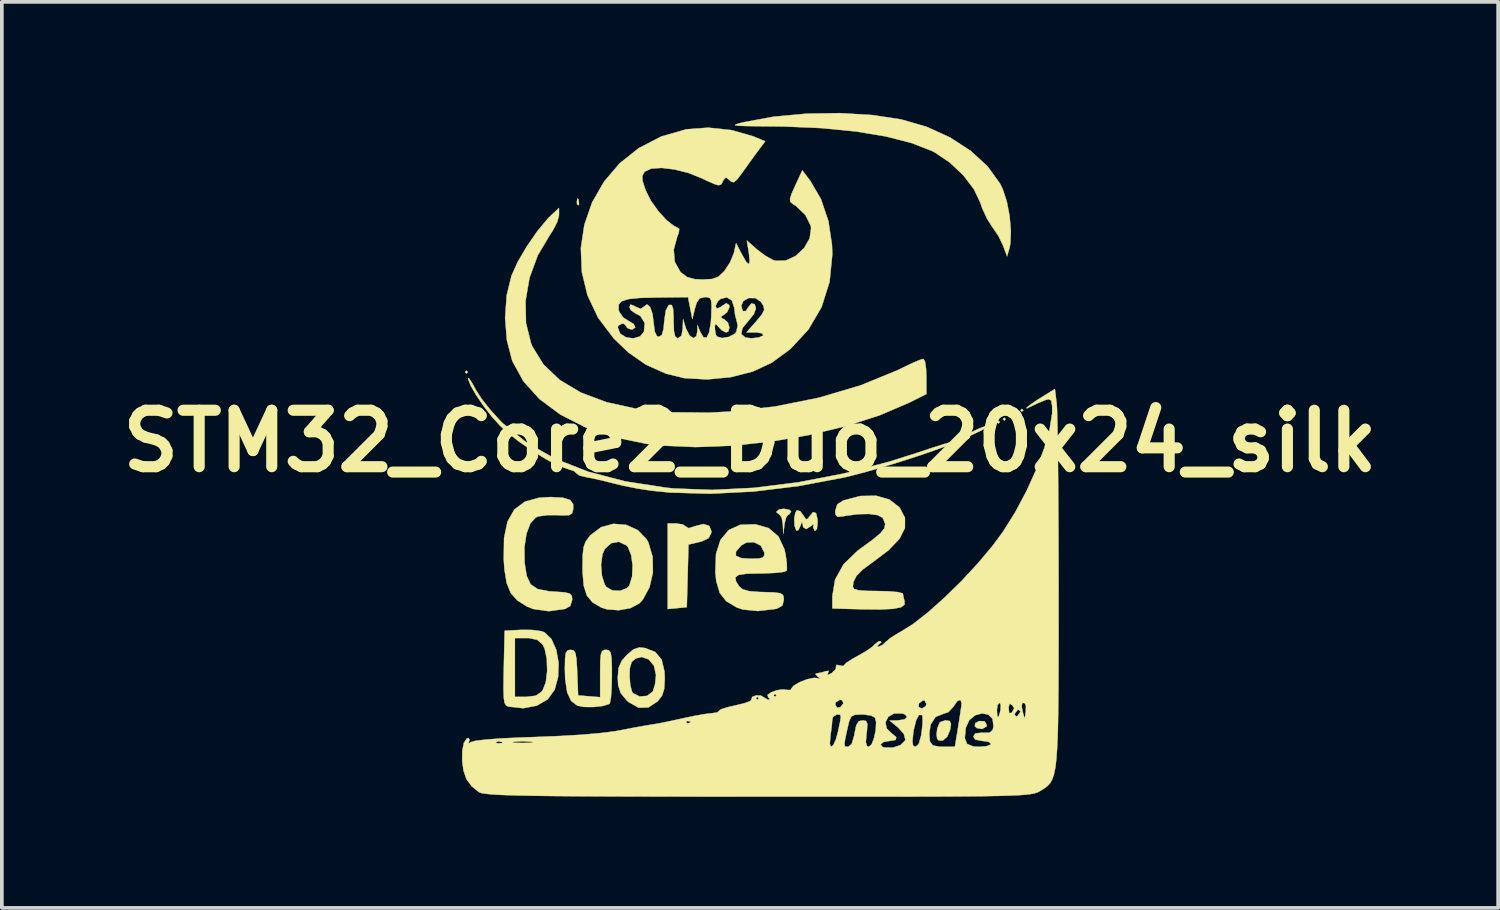
<source format=kicad_pcb>
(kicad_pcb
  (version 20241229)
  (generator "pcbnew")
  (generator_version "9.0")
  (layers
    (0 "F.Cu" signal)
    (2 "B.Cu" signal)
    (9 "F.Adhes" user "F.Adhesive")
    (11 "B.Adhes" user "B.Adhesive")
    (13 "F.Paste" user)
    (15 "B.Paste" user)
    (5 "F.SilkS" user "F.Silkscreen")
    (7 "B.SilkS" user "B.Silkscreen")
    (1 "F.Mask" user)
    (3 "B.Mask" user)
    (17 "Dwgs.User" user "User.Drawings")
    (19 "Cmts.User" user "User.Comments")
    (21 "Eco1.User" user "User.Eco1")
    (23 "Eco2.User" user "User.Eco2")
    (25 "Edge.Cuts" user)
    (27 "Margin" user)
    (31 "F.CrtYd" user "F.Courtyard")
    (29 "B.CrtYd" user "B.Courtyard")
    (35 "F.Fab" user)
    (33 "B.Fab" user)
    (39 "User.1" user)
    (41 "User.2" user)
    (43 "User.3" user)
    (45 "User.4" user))
  (footprint "STM32_Core2_Duo_20x24_silk"
    (layer "F.Cu")
    (at 17.207 8.865)
    (property "Reference" "STM32_Core2_Duo_20x24_silk" (at 0 0 0) (layer "F.SilkS") (effects (font (size 1.524 1.524) (thickness 0.3))))
    (attr through_hole)
    (fp_poly (pts (xy -7.62 -1.865) (xy -7.66 -1.826) (xy -7.699 -1.865) (xy -7.66 -1.905) (xy -7.62 -1.865)) (stroke (width 0.01) (type solid)) (fill yes) (layer "F.SilkS"))
    (fp_poly (pts (xy 6.747 -0.516) (xy 6.707 -0.476) (xy 6.668 -0.516) (xy 6.707 -0.556) (xy 6.747 -0.516)) (stroke (width 0.01) (type solid)) (fill yes) (layer "F.SilkS"))
    (fp_poly (pts (xy 6.906 -0.595) (xy 6.866 -0.556) (xy 6.826 -0.595) (xy 6.866 -0.635) (xy 6.906 -0.595)) (stroke (width 0.01) (type solid)) (fill yes) (layer "F.SilkS"))
    (fp_poly (pts (xy 7.064 -0.675) (xy 7.025 -0.635) (xy 6.985 -0.675) (xy 7.025 -0.714) (xy 7.064 -0.675)) (stroke (width 0.01) (type solid)) (fill yes) (layer "F.SilkS"))
    (fp_poly (pts (xy 7.223 -0.754) (xy 7.183 -0.714) (xy 7.144 -0.754) (xy 7.183 -0.794) (xy 7.223 -0.754)) (stroke (width 0.01) (type solid)) (fill yes) (layer "F.SilkS"))
    (fp_poly (pts (xy 7.382 -0.833) (xy 7.342 -0.794) (xy 7.303 -0.833) (xy 7.342 -0.873) (xy 7.382 -0.833)) (stroke (width 0.01) (type solid)) (fill yes) (layer "F.SilkS"))
    (fp_poly (pts (xy -4.629 -6.524) (xy -4.619 -6.4) (xy -4.635 -6.371) (xy -4.671 -6.395) (xy -4.677 -6.476) (xy -4.657 -6.56) (xy -4.629 -6.524)) (stroke (width 0.01) (type solid)) (fill yes) (layer "F.SilkS"))
    (fp_poly (pts (xy 6.319 7.565) (xy 6.347 7.579) (xy 6.397 7.674) (xy 6.386 7.705) (xy 6.268 7.774) (xy 6.123 7.748) (xy 6.072 7.699) (xy 6.084 7.614) (xy 6.189 7.56) (xy 6.319 7.565)) (stroke (width 0.01) (type solid)) (fill yes) (layer "F.SilkS"))
    (fp_poly (pts (xy 5.396 7.559) (xy 5.428 7.644) (xy 5.404 7.798) (xy 5.328 7.979) (xy 5.211 8.084) (xy 5.096 8.083) (xy 5.055 8.041) (xy 5.039 7.922) (xy 5.057 7.758) (xy 5.128 7.59) (xy 5.275 7.541) (xy 5.278 7.541) (xy 5.396 7.559)) (stroke (width 0.01) (type solid)) (fill yes) (layer "F.SilkS"))
    (fp_poly (pts (xy 6.474 -0.428) (xy 6.394 -0.37) (xy 6.231 -0.282) (xy 5.999 -0.172) (xy 5.82 -0.1) (xy 5.755 -0.084) (xy 5.765 -0.117) (xy 5.887 -0.196) (xy 5.953 -0.232) (xy 6.191 -0.343) (xy 6.407 -0.424) (xy 6.429 -0.43) (xy 6.474 -0.428)) (stroke (width 0.01) (type solid)) (fill yes) (layer "F.SilkS"))
    (fp_poly (pts (xy 1.062 1.853) (xy 1.111 1.905) (xy 1.055 1.982) (xy 1.037 1.984) (xy 0.978 2.054) (xy 0.933 2.223) (xy 0.931 2.242) (xy 0.899 2.5) (xy 0.886 2.242) (xy 0.856 2.067) (xy 0.8 1.985) (xy 0.794 1.984) (xy 0.717 1.924) (xy 0.714 1.905) (xy 0.782 1.845) (xy 0.913 1.826) (xy 1.062 1.853)) (stroke (width 0.01) (type solid)) (fill yes) (layer "F.SilkS"))
    (fp_poly (pts (xy -1.816 2.249) (xy -1.731 2.308) (xy -1.655 2.35) (xy -1.491 2.298) (xy -1.259 2.238) (xy -1.101 2.287) (xy -1.043 2.434) (xy -1.046 2.477) (xy -1.116 2.617) (xy -1.299 2.706) (xy -1.367 2.723) (xy -1.662 2.793) (xy -1.684 3.639) (xy -1.707 4.485) (xy -1.965 4.51) (xy -2.223 4.534) (xy -2.223 2.223) (xy -1.991 2.223) (xy -1.816 2.249)) (stroke (width 0.01) (type solid)) (fill yes) (layer "F.SilkS"))
    (fp_poly (pts (xy 1.355 1.892) (xy 1.434 1.995) (xy 1.51 2.111) (xy 1.567 2.092) (xy 1.601 2.037) (xy 1.704 1.916) (xy 1.783 1.944) (xy 1.823 2.112) (xy 1.826 2.187) (xy 1.807 2.37) (xy 1.755 2.425) (xy 1.745 2.42) (xy 1.702 2.319) (xy 1.717 2.277) (xy 1.726 2.231) (xy 1.663 2.282) (xy 1.517 2.375) (xy 1.436 2.324) (xy 1.421 2.242) (xy 1.403 2.181) (xy 1.365 2.274) (xy 1.361 2.288) (xy 1.302 2.407) (xy 1.25 2.414) (xy 1.202 2.287) (xy 1.194 2.099) (xy 1.224 1.931) (xy 1.266 1.868) (xy 1.355 1.892)) (stroke (width 0.01) (type solid)) (fill yes) (layer "F.SilkS"))
    (fp_poly (pts (xy -3.814 5.648) (xy -3.767 5.704) (xy -3.742 5.835) (xy -3.732 6.07) (xy -3.731 6.345) (xy -3.738 6.665) (xy -3.756 6.92) (xy -3.784 7.072) (xy -3.798 7.096) (xy -3.973 7.152) (xy -4.229 7.181) (xy -4.487 7.179) (xy -4.664 7.144) (xy -4.832 7.015) (xy -4.939 6.783) (xy -4.992 6.429) (xy -5.001 6.146) (xy -4.995 5.869) (xy -4.973 5.714) (xy -4.922 5.648) (xy -4.845 5.636) (xy -4.766 5.652) (xy -4.717 5.721) (xy -4.688 5.876) (xy -4.671 6.149) (xy -4.667 6.251) (xy -4.643 6.866) (xy -4.346 6.891) (xy -4.048 6.915) (xy -4.048 6.275) (xy -4.045 5.958) (xy -4.03 5.767) (xy -3.995 5.671) (xy -3.933 5.638) (xy -3.889 5.636) (xy -3.814 5.648)) (stroke (width 0.01) (type solid)) (fill yes) (layer "F.SilkS"))
    (fp_poly (pts (xy -5.892 5.098) (xy -5.653 5.129) (xy -5.552 5.162) (xy -5.362 5.346) (xy -5.233 5.636) (xy -5.17 5.991) (xy -5.183 6.366) (xy -5.276 6.713) (xy -5.465 6.973) (xy -5.759 7.144) (xy -6.124 7.213) (xy -6.527 7.169) (xy -6.531 7.168) (xy -6.589 7.139) (xy -6.628 7.07) (xy -6.65 6.936) (xy -6.658 6.709) (xy -6.655 6.363) (xy -6.65 6.125) (xy -6.632 5.318) (xy -6.35 5.318) (xy -6.35 6.906) (xy -6.037 6.906) (xy -5.787 6.875) (xy -5.629 6.766) (xy -5.6 6.729) (xy -5.516 6.511) (xy -5.479 6.207) (xy -5.489 5.883) (xy -5.546 5.607) (xy -5.6 5.495) (xy -5.746 5.366) (xy -5.971 5.319) (xy -6.037 5.318) (xy -6.35 5.318) (xy -6.632 5.318) (xy -6.628 5.12) (xy -6.173 5.096) (xy -5.892 5.098)) (stroke (width 0.01) (type solid)) (fill yes) (layer "F.SilkS"))
    (fp_poly (pts (xy -2.834 5.587) (xy -2.559 5.694) (xy -2.388 5.9) (xy -2.31 6.22) (xy -2.302 6.402) (xy -2.317 6.685) (xy -2.375 6.872) (xy -2.495 7.027) (xy -2.497 7.028) (xy -2.748 7.193) (xy -3.01 7.199) (xy -3.277 7.049) (xy -3.34 6.991) (xy -3.494 6.802) (xy -3.561 6.597) (xy -3.572 6.39) (xy -3.568 6.337) (xy -3.254 6.337) (xy -3.235 6.581) (xy -3.188 6.765) (xy -3.159 6.81) (xy -2.98 6.897) (xy -2.779 6.879) (xy -2.629 6.764) (xy -2.622 6.752) (xy -2.565 6.567) (xy -2.54 6.329) (xy -2.54 6.317) (xy -2.595 6.065) (xy -2.737 5.893) (xy -2.93 5.829) (xy -3.09 5.871) (xy -3.196 5.963) (xy -3.245 6.124) (xy -3.254 6.337) (xy -3.568 6.337) (xy -3.55 6.124) (xy -3.464 5.931) (xy -3.331 5.779) (xy -3.15 5.624) (xy -2.992 5.572) (xy -2.834 5.587)) (stroke (width 0.01) (type solid)) (fill yes) (layer "F.SilkS"))
    (fp_poly (pts (xy -5.057 1.527) (xy -4.861 1.587) (xy -4.777 1.699) (xy -4.775 1.835) (xy -4.804 1.945) (xy -4.879 1.997) (xy -5.041 2.006) (xy -5.212 1.998) (xy -5.482 1.999) (xy -5.708 2.031) (xy -5.784 2.058) (xy -5.931 2.218) (xy -6.037 2.497) (xy -6.093 2.86) (xy -6.089 3.27) (xy -6.088 3.28) (xy -6.033 3.637) (xy -5.926 3.866) (xy -5.736 3.995) (xy -5.436 4.054) (xy -5.289 4.064) (xy -5.021 4.082) (xy -4.875 4.113) (xy -4.814 4.173) (xy -4.802 4.279) (xy -4.802 4.283) (xy -4.855 4.454) (xy -5.001 4.533) (xy -5.44 4.592) (xy -5.854 4.534) (xy -6.027 4.465) (xy -6.286 4.301) (xy -6.463 4.102) (xy -6.573 3.831) (xy -6.634 3.457) (xy -6.652 3.188) (xy -6.643 2.614) (xy -6.549 2.169) (xy -6.365 1.846) (xy -6.083 1.635) (xy -5.697 1.528) (xy -5.386 1.509) (xy -5.057 1.527)) (stroke (width 0.01) (type solid)) (fill yes) (layer "F.SilkS"))
    (fp_poly (pts (xy 3.306 -8.808) (xy 4.081 -8.69) (xy 4.768 -8.492) (xy 5.402 -8.203) (xy 5.96 -7.841) (xy 6.417 -7.421) (xy 6.749 -6.962) (xy 6.825 -6.808) (xy 6.935 -6.475) (xy 7.011 -6.079) (xy 7.045 -5.681) (xy 7.033 -5.341) (xy 7.007 -5.213) (xy 6.942 -4.99) (xy 6.839 -5.273) (xy 6.712 -5.537) (xy 6.546 -5.783) (xy 6.541 -5.789) (xy 6.402 -6.006) (xy 6.271 -6.291) (xy 6.222 -6.436) (xy 6.047 -6.805) (xy 5.759 -7.182) (xy 5.393 -7.527) (xy 4.987 -7.8) (xy 4.908 -7.84) (xy 4.358 -8.054) (xy 3.669 -8.23) (xy 2.859 -8.364) (xy 1.944 -8.454) (xy 0.941 -8.498) (xy 0.671 -8.502) (xy 0.201 -8.506) (xy -0.124 -8.511) (xy -0.321 -8.519) (xy -0.402 -8.533) (xy -0.385 -8.555) (xy -0.283 -8.586) (xy -0.161 -8.616) (xy 0.637 -8.763) (xy 1.519 -8.845) (xy 2.427 -8.86) (xy 3.306 -8.808)) (stroke (width 0.01) (type solid)) (fill yes) (layer "F.SilkS"))
    (fp_poly (pts (xy -3.346 2.26) (xy -3.035 2.4) (xy -2.795 2.647) (xy -2.743 2.741) (xy -2.63 3.127) (xy -2.623 3.546) (xy -2.714 3.946) (xy -2.895 4.279) (xy -2.99 4.382) (xy -3.229 4.51) (xy -3.544 4.566) (xy -3.864 4.543) (xy -4.018 4.493) (xy -4.255 4.354) (xy -4.407 4.169) (xy -4.492 3.904) (xy -4.523 3.527) (xy -4.524 3.397) (xy -4.523 3.34) (xy -4.024 3.34) (xy -3.999 3.639) (xy -3.921 3.881) (xy -3.883 3.936) (xy -3.718 4.032) (xy -3.506 4.041) (xy -3.321 3.967) (xy -3.257 3.895) (xy -3.185 3.655) (xy -3.171 3.361) (xy -3.21 3.075) (xy -3.298 2.86) (xy -3.336 2.816) (xy -3.541 2.718) (xy -3.751 2.756) (xy -3.921 2.911) (xy -3.986 3.056) (xy -4.024 3.34) (xy -4.523 3.34) (xy -4.519 3.074) (xy -4.495 2.862) (xy -4.44 2.713) (xy -4.341 2.577) (xy -4.306 2.536) (xy -4.022 2.323) (xy -3.688 2.233) (xy -3.346 2.26)) (stroke (width 0.01) (type solid)) (fill yes) (layer "F.SilkS"))
    (fp_poly (pts (xy 3.765 1.577) (xy 4.035 1.787) (xy 4.044 1.799) (xy 4.185 2.069) (xy 4.184 2.347) (xy 4.036 2.638) (xy 3.738 2.949) (xy 3.333 3.255) (xy 3.043 3.468) (xy 2.871 3.643) (xy 2.791 3.81) (xy 2.778 3.936) (xy 2.812 3.993) (xy 2.932 4.027) (xy 3.164 4.044) (xy 3.453 4.048) (xy 3.758 4.056) (xy 3.991 4.077) (xy 4.116 4.108) (xy 4.128 4.121) (xy 4.154 4.255) (xy 4.173 4.313) (xy 4.174 4.416) (xy 4.076 4.487) (xy 3.863 4.529) (xy 3.522 4.546) (xy 3.076 4.542) (xy 2.223 4.519) (xy 2.223 4.19) (xy 2.298 3.738) (xy 2.525 3.328) (xy 2.905 2.959) (xy 2.989 2.897) (xy 3.313 2.661) (xy 3.521 2.488) (xy 3.628 2.355) (xy 3.651 2.239) (xy 3.605 2.116) (xy 3.575 2.066) (xy 3.45 1.998) (xy 3.212 1.966) (xy 2.904 1.973) (xy 2.567 2.019) (xy 2.52 2.029) (xy 2.363 2.045) (xy 2.307 1.974) (xy 2.302 1.881) (xy 2.358 1.705) (xy 2.52 1.602) (xy 2.979 1.481) (xy 3.403 1.474) (xy 3.765 1.577)) (stroke (width 0.01) (type solid)) (fill yes) (layer "F.SilkS"))
    (fp_poly (pts (xy 0.506 2.35) (xy 0.768 2.574) (xy 0.93 2.922) (xy 0.96 3.055) (xy 0.993 3.29) (xy 0.997 3.459) (xy 0.987 3.501) (xy 0.893 3.534) (xy 0.679 3.558) (xy 0.387 3.571) (xy 0.273 3.572) (xy -0.085 3.58) (xy -0.302 3.611) (xy -0.395 3.676) (xy -0.379 3.785) (xy -0.293 3.922) (xy -0.195 4.003) (xy -0.024 4.051) (xy 0.258 4.073) (xy 0.362 4.076) (xy 0.651 4.085) (xy 0.816 4.107) (xy 0.891 4.153) (xy 0.912 4.238) (xy 0.913 4.285) (xy 0.876 4.439) (xy 0.737 4.519) (xy 0.675 4.534) (xy 0.21 4.588) (xy -0.195 4.547) (xy -0.357 4.492) (xy -0.641 4.324) (xy -0.818 4.099) (xy -0.912 3.781) (xy -0.937 3.545) (xy -0.919 3.049) (xy -0.899 2.984) (xy -0.381 2.984) (xy -0.38 3.097) (xy -0.232 3.159) (xy 0.006 3.175) (xy 0.242 3.169) (xy 0.357 3.139) (xy 0.389 3.067) (xy 0.383 2.998) (xy 0.29 2.822) (xy 0.11 2.73) (xy -0.099 2.738) (xy -0.236 2.816) (xy -0.381 2.984) (xy -0.899 2.984) (xy -0.798 2.666) (xy -0.577 2.401) (xy -0.262 2.259) (xy 0.142 2.245) (xy 0.506 2.35)) (stroke (width 0.01) (type solid)) (fill yes) (layer "F.SilkS"))
    (fp_poly (pts (xy -5.159 -6.102) (xy -5.205 -5.924) (xy -5.323 -5.694) (xy -5.401 -5.576) (xy -5.732 -5.019) (xy -5.955 -4.414) (xy -6.062 -3.794) (xy -6.051 -3.192) (xy -5.914 -2.642) (xy -5.881 -2.562) (xy -5.577 -2.069) (xy -5.138 -1.652) (xy -4.57 -1.313) (xy -3.878 -1.053) (xy -3.069 -0.875) (xy -2.146 -0.78) (xy -1.118 -0.77) (xy -0.567 -0.798) (xy 0.668 -0.935) (xy 1.861 -1.174) (xy 2.98 -1.505) (xy 3.996 -1.921) (xy 4.145 -1.994) (xy 4.393 -2.113) (xy 4.589 -2.195) (xy 4.681 -2.223) (xy 4.726 -2.15) (xy 4.755 -1.955) (xy 4.763 -1.747) (xy 4.763 -1.272) (xy 4.306 -1.043) (xy 3.505 -0.7) (xy 2.589 -0.405) (xy 1.595 -0.166) (xy 0.561 0.012) (xy -0.475 0.123) (xy -1.477 0.16) (xy -2.407 0.119) (xy -2.793 0.073) (xy -3.664 -0.106) (xy -4.445 -0.373) (xy -5.122 -0.718) (xy -5.684 -1.135) (xy -6.119 -1.616) (xy -6.416 -2.155) (xy -6.426 -2.183) (xy -6.567 -2.725) (xy -6.615 -3.332) (xy -6.572 -3.942) (xy -6.441 -4.472) (xy -6.273 -4.843) (xy -6.028 -5.261) (xy -5.746 -5.669) (xy -5.465 -6.008) (xy -5.366 -6.106) (xy -5.159 -6.298) (xy -5.159 -6.102)) (stroke (width 0.01) (type solid)) (fill yes) (layer "F.SilkS"))
    (fp_poly (pts (xy -7.582 -1.687) (xy -7.498 -1.556) (xy -7.407 -1.389) (xy -7.253 -1.148) (xy -7.022 -0.855) (xy -6.756 -0.561) (xy -6.67 -0.475) (xy -6.029 0.042) (xy -5.259 0.477) (xy -4.367 0.826) (xy -3.361 1.088) (xy -2.249 1.258) (xy -2.05 1.278) (xy -1.015 1.317) (xy 0.113 1.26) (xy 1.305 1.111) (xy 2.532 0.874) (xy 3.764 0.553) (xy 4.519 0.313) (xy 4.907 0.184) (xy 5.229 0.082) (xy 5.462 0.014) (xy 5.582 -0.013) (xy 5.59 -0.007) (xy 5.468 0.061) (xy 5.221 0.161) (xy 4.878 0.285) (xy 4.468 0.423) (xy 4.02 0.567) (xy 3.561 0.706) (xy 3.121 0.833) (xy 2.727 0.936) (xy 2.536 0.982) (xy 1.304 1.214) (xy 0.089 1.361) (xy -1.076 1.42) (xy -2.161 1.388) (xy -2.659 1.338) (xy -3.035 1.28) (xy -3.433 1.201) (xy -3.691 1.139) (xy -3.994 1.062) (xy -4.277 0.999) (xy -4.425 0.972) (xy -4.601 0.93) (xy -4.682 0.876) (xy -4.683 0.871) (xy -4.751 0.81) (xy -4.909 0.757) (xy -5.169 0.663) (xy -5.506 0.489) (xy -5.88 0.26) (xy -6.251 0.004) (xy -6.579 -0.256) (xy -6.75 -0.415) (xy -6.978 -0.669) (xy -7.202 -0.958) (xy -7.398 -1.246) (xy -7.543 -1.497) (xy -7.613 -1.676) (xy -7.616 -1.707) (xy -7.582 -1.687)) (stroke (width 0.01) (type solid)) (fill yes) (layer "F.SilkS"))
    (fp_poly (pts (xy -0.5 -8.401) (xy 0.09 -8.232) (xy 0.138 -8.212) (xy 0.41 -8.099) (xy 0.225 -7.852) (xy 0.064 -7.633) (xy -0.125 -7.37) (xy -0.199 -7.266) (xy -0.344 -7.072) (xy -0.437 -6.993) (xy -0.511 -7.009) (xy -0.551 -7.048) (xy -0.647 -7.124) (xy -0.711 -7.063) (xy -0.734 -7.014) (xy -0.778 -6.936) (xy -0.844 -6.911) (xy -0.965 -6.945) (xy -1.18 -7.041) (xy -1.295 -7.097) (xy -1.664 -7.244) (xy -2.041 -7.339) (xy -2.387 -7.38) (xy -2.667 -7.362) (xy -2.843 -7.28) (xy -2.851 -7.27) (xy -2.907 -7.168) (xy -2.902 -7.032) (xy -2.832 -6.811) (xy -2.815 -6.766) (xy -2.678 -6.496) (xy -2.481 -6.218) (xy -2.261 -5.975) (xy -2.056 -5.813) (xy -1.985 -5.78) (xy -1.912 -5.729) (xy -1.927 -5.617) (xy -1.965 -5.526) (xy -2.06 -5.175) (xy -2.032 -4.843) (xy -1.883 -4.575) (xy -1.869 -4.56) (xy -1.7 -4.432) (xy -1.491 -4.375) (xy -1.281 -4.366) (xy -1.023 -4.38) (xy -0.855 -4.442) (xy -0.709 -4.577) (xy -0.688 -4.602) (xy -0.538 -4.832) (xy -0.438 -5.074) (xy -0.433 -5.094) (xy -0.377 -5.35) (xy -0.226 -5.056) (xy -0.103 -4.842) (xy -0.03 -4.778) (xy -0.008 -4.864) (xy -0.032 -5.091) (xy -0.085 -5.419) (xy 0.197 -5.171) (xy 0.414 -5.008) (xy 0.622 -4.893) (xy 0.685 -4.872) (xy 0.962 -4.877) (xy 1.232 -5.003) (xy 1.46 -5.215) (xy 1.611 -5.477) (xy 1.649 -5.756) (xy 1.637 -5.824) (xy 1.495 -6.108) (xy 1.243 -6.351) (xy 1.157 -6.406) (xy 1.089 -6.461) (xy 1.079 -6.547) (xy 1.132 -6.703) (xy 1.219 -6.896) (xy 1.412 -7.314) (xy 1.629 -7.029) (xy 1.917 -6.536) (xy 2.117 -5.945) (xy 2.214 -5.297) (xy 2.223 -5.051) (xy 2.149 -4.303) (xy 1.933 -3.621) (xy 1.577 -3.013) (xy 1.086 -2.485) (xy 0.588 -2.12) (xy 0.075 -1.88) (xy -0.524 -1.728) (xy -1.156 -1.667) (xy -1.772 -1.702) (xy -2.269 -1.822) (xy -2.811 -2.065) (xy -3.288 -2.397) (xy -3.675 -2.768) (xy -3.905 -3.072) (xy -3.572 -3.072) (xy -3.507 -2.905) (xy -3.348 -2.804) (xy -3.15 -2.776) (xy -2.968 -2.83) (xy -2.864 -2.957) (xy -2.845 -3.193) (xy -2.961 -3.38) (xy -3.096 -3.453) (xy -3.224 -3.541) (xy -3.254 -3.618) (xy -3.232 -3.69) (xy -3.136 -3.658) (xy -3.093 -3.632) (xy -2.954 -3.573) (xy -2.873 -3.627) (xy -2.873 -3.627) (xy -2.782 -3.694) (xy -2.698 -3.623) (xy -2.633 -3.435) (xy -2.605 -3.213) (xy -2.573 -2.958) (xy -2.514 -2.837) (xy -2.461 -2.818) (xy -2.382 -2.867) (xy -2.336 -3.031) (xy -2.318 -3.228) (xy -2.278 -3.52) (xy -2.201 -3.669) (xy -2.179 -3.681) (xy -2.114 -3.677) (xy -2.078 -3.58) (xy -2.065 -3.364) (xy -2.064 -3.252) (xy -2.055 -2.976) (xy -2.022 -2.828) (xy -1.958 -2.779) (xy -1.945 -2.778) (xy -1.85 -2.85) (xy -1.818 -3.036) (xy -1.809 -3.294) (xy -1.727 -3.036) (xy -1.634 -2.854) (xy -1.531 -2.783) (xy -1.45 -2.833) (xy -1.424 -2.957) (xy -1.419 -3.135) (xy -1.344 -2.95) (xy -1.255 -2.801) (xy -1.172 -2.799) (xy -1.104 -2.936) (xy -1.085 -3.049) (xy -0.95 -3.049) (xy -0.928 -2.889) (xy -0.896 -2.827) (xy -0.76 -2.785) (xy -0.571 -2.816) (xy -0.41 -2.902) (xy -0.372 -2.946) (xy -0.334 -3.122) (xy -0.355 -3.224) (xy -0.404 -3.415) (xy -0.427 -3.612) (xy -0.44 -3.65) (xy -0.238 -3.65) (xy -0.199 -3.514) (xy -0.115 -3.513) (xy -0.051 -3.612) (xy 0.037 -3.72) (xy 0.126 -3.699) (xy 0.159 -3.586) (xy 0.104 -3.434) (xy -0.029 -3.265) (xy -0.04 -3.254) (xy -0.207 -3.05) (xy -0.236 -2.894) (xy -0.127 -2.8) (xy 0.035 -2.778) (xy 0.233 -2.799) (xy 0.352 -2.85) (xy 0.357 -2.857) (xy 0.326 -2.913) (xy 0.17 -2.937) (xy 0.155 -2.937) (xy -0.096 -2.937) (xy 0.151 -3.217) (xy 0.315 -3.414) (xy 0.382 -3.543) (xy 0.365 -3.652) (xy 0.29 -3.767) (xy 0.145 -3.864) (xy -0.033 -3.866) (xy -0.181 -3.786) (xy -0.238 -3.65) (xy -0.44 -3.65) (xy -0.491 -3.803) (xy -0.632 -3.884) (xy -0.8 -3.839) (xy -0.872 -3.772) (xy -0.932 -3.645) (xy -0.895 -3.58) (xy -0.794 -3.621) (xy -0.777 -3.637) (xy -0.642 -3.725) (xy -0.565 -3.68) (xy -0.556 -3.616) (xy -0.618 -3.485) (xy -0.695 -3.422) (xy -0.791 -3.356) (xy -0.747 -3.312) (xy -0.695 -3.291) (xy -0.595 -3.2) (xy -0.557 -3.067) (xy -0.587 -2.961) (xy -0.646 -2.937) (xy -0.762 -2.994) (xy -0.842 -3.076) (xy -0.923 -3.167) (xy -0.948 -3.12) (xy -0.95 -3.049) (xy -1.085 -3.049) (xy -1.059 -3.199) (xy -1.048 -3.36) (xy -1.039 -3.642) (xy -1.049 -3.8) (xy -1.091 -3.871) (xy -1.176 -3.889) (xy -1.219 -3.889) (xy -1.357 -3.859) (xy -1.441 -3.741) (xy -1.486 -3.592) (xy -1.558 -3.294) (xy -1.616 -3.592) (xy -1.674 -3.889) (xy -2.542 -3.88) (xy -2.983 -3.868) (xy -3.284 -3.837) (xy -3.467 -3.779) (xy -3.548 -3.688) (xy -3.549 -3.555) (xy -3.532 -3.492) (xy -3.42 -3.335) (xy -3.287 -3.252) (xy -3.141 -3.163) (xy -3.099 -3.073) (xy -3.174 -3.019) (xy -3.215 -3.016) (xy -3.32 -3.059) (xy -3.334 -3.096) (xy -3.398 -3.166) (xy -3.453 -3.175) (xy -3.558 -3.12) (xy -3.572 -3.072) (xy -3.905 -3.072) (xy -4.103 -3.332) (xy -4.39 -3.939) (xy -4.543 -4.572) (xy -4.569 -5.214) (xy -4.474 -5.846) (xy -4.264 -6.45) (xy -3.944 -7.008) (xy -3.522 -7.503) (xy -3.003 -7.916) (xy -2.394 -8.23) (xy -1.716 -8.424) (xy -1.126 -8.467) (xy -0.5 -8.401)) (stroke (width 0.01) (type solid)) (fill yes) (layer "F.SilkS"))
    (fp_poly (pts (xy 8.284 -1.003) (xy 8.293 -0.85) (xy 8.301 -0.553) (xy 8.309 -0.13) (xy 8.316 0.407) (xy 8.322 1.039) (xy 8.327 1.753) (xy 8.331 2.533) (xy 8.333 3.362) (xy 8.334 4.071) (xy 8.334 5.092) (xy 8.333 5.967) (xy 8.33 6.707) (xy 8.324 7.325) (xy 8.314 7.833) (xy 8.298 8.242) (xy 8.276 8.566) (xy 8.247 8.815) (xy 8.208 9.003) (xy 8.16 9.141) (xy 8.102 9.242) (xy 8.031 9.317) (xy 7.947 9.379) (xy 7.849 9.44) (xy 7.843 9.444) (xy 7.796 9.471) (xy 7.741 9.495) (xy 7.671 9.515) (xy 7.573 9.533) (xy 7.44 9.549) (xy 7.26 9.562) (xy 7.023 9.572) (xy 6.721 9.581) (xy 6.343 9.588) (xy 5.879 9.593) (xy 5.32 9.597) (xy 4.655 9.599) (xy 3.875 9.601) (xy 2.969 9.601) (xy 1.928 9.601) (xy 0.743 9.601) (xy 0.238 9.601) (xy -1.027 9.6) (xy -2.143 9.599) (xy -3.118 9.597) (xy -3.964 9.594) (xy -4.688 9.59) (xy -5.301 9.585) (xy -5.811 9.578) (xy -6.229 9.57) (xy -6.563 9.561) (xy -6.824 9.55) (xy -7.019 9.536) (xy -7.16 9.521) (xy -7.256 9.504) (xy -7.314 9.484) (xy -7.321 9.48) (xy -7.517 9.321) (xy -7.659 9.13) (xy -7.738 8.899) (xy -7.775 8.63) (xy -7.771 8.366) (xy -7.729 8.151) (xy -7.65 8.03) (xy -7.607 8.017) (xy -7.572 8.069) (xy -7.591 8.116) (xy -7.613 8.175) (xy -7.61 8.174) (xy 2.155 8.174) (xy 2.186 8.255) (xy 2.248 8.211) (xy 2.26 8.185) (xy 2.549 8.185) (xy 2.563 8.243) (xy 2.614 8.255) (xy 2.654 8.255) (xy 2.746 8.178) (xy 2.813 7.952) (xy 2.822 7.898) (xy 2.87 7.67) (xy 2.94 7.564) (xy 3.036 7.541) (xy 3.133 7.557) (xy 3.169 7.634) (xy 3.159 7.813) (xy 3.148 7.898) (xy 3.128 8.126) (xy 3.154 8.233) (xy 3.211 8.255) (xy 3.285 8.186) (xy 3.531 8.186) (xy 3.565 8.251) (xy 3.63 8.273) (xy 3.86 8.277) (xy 4.065 8.208) (xy 4.162 8.112) (xy 4.386 8.112) (xy 4.406 8.227) (xy 4.47 8.255) (xy 4.556 8.182) (xy 4.62 7.958) (xy 4.629 7.9) (xy 4.842 7.9) (xy 4.859 8.111) (xy 4.937 8.217) (xy 5.114 8.252) (xy 5.24 8.255) (xy 5.533 8.255) (xy 5.572 8.02) (xy 5.801 8.02) (xy 5.862 8.177) (xy 6.03 8.246) (xy 6.189 8.255) (xy 6.388 8.238) (xy 6.5 8.194) (xy 6.509 8.176) (xy 6.44 8.12) (xy 6.274 8.096) (xy 6.271 8.096) (xy 6.082 8.061) (xy 6.032 7.977) (xy 6.084 7.893) (xy 6.256 7.875) (xy 6.29 7.878) (xy 6.473 7.873) (xy 6.554 7.8) (xy 6.576 7.704) (xy 6.551 7.501) (xy 6.435 7.385) (xy 6.265 7.353) (xy 6.081 7.403) (xy 5.922 7.533) (xy 5.828 7.741) (xy 5.828 7.745) (xy 5.801 8.02) (xy 5.572 8.02) (xy 5.624 7.704) (xy 5.669 7.418) (xy 5.692 7.263) (xy 6.668 7.263) (xy 6.678 7.412) (xy 6.698 7.461) (xy 6.734 7.394) (xy 6.734 7.391) (xy 7.144 7.391) (xy 7.193 7.434) (xy 7.223 7.422) (xy 7.3 7.316) (xy 7.303 7.293) (xy 7.254 7.25) (xy 7.223 7.263) (xy 7.147 7.368) (xy 7.144 7.391) (xy 6.734 7.391) (xy 6.766 7.263) (xy 6.768 7.223) (xy 6.985 7.223) (xy 7.001 7.349) (xy 7.061 7.337) (xy 7.08 7.318) (xy 7.135 7.21) (xy 7.103 7.162) (xy 7.337 7.162) (xy 7.364 7.306) (xy 7.418 7.501) (xy 7.446 7.316) (xy 7.451 7.153) (xy 7.428 7.084) (xy 7.357 7.062) (xy 7.337 7.162) (xy 7.103 7.162) (xy 7.08 7.128) (xy 7.009 7.089) (xy 6.986 7.185) (xy 6.985 7.223) (xy 6.768 7.223) (xy 6.772 7.115) (xy 6.736 7.064) (xy 6.684 7.132) (xy 6.668 7.263) (xy 5.692 7.263) (xy 5.702 7.19) (xy 5.715 7.07) (xy 5.715 7.069) (xy 5.679 6.987) (xy 5.596 7.022) (xy 5.503 7.158) (xy 5.499 7.166) (xy 5.358 7.319) (xy 5.23 7.361) (xy 5.011 7.448) (xy 4.877 7.656) (xy 4.842 7.9) (xy 4.629 7.9) (xy 4.637 7.849) (xy 4.66 7.61) (xy 4.659 7.442) (xy 4.646 7.398) (xy 4.565 7.394) (xy 4.488 7.531) (xy 4.424 7.791) (xy 4.41 7.878) (xy 4.386 8.112) (xy 4.162 8.112) (xy 4.186 8.089) (xy 4.195 8.06) (xy 4.154 7.907) (xy 4.002 7.736) (xy 3.996 7.731) (xy 3.77 7.546) (xy 3.984 7.543) (xy 4.168 7.515) (xy 4.243 7.452) (xy 4.19 7.383) (xy 4.114 7.355) (xy 3.893 7.352) (xy 3.734 7.445) (xy 3.658 7.594) (xy 3.691 7.759) (xy 3.81 7.877) (xy 3.948 7.993) (xy 3.936 8.069) (xy 3.775 8.096) (xy 3.609 8.124) (xy 3.531 8.186) (xy 3.285 8.186) (xy 3.286 8.185) (xy 3.351 8.014) (xy 3.395 7.798) (xy 3.406 7.594) (xy 3.377 7.467) (xy 3.27 7.412) (xy 3.072 7.383) (xy 3.018 7.382) (xy 2.837 7.389) (xy 2.736 7.437) (xy 2.677 7.566) (xy 2.626 7.783) (xy 2.571 8.043) (xy 2.549 8.185) (xy 2.26 8.185) (xy 2.321 8.051) (xy 2.375 7.854) (xy 2.43 7.593) (xy 2.452 7.452) (xy 2.437 7.393) (xy 2.384 7.382) (xy 2.342 7.382) (xy 2.24 7.447) (xy 2.222 7.521) (xy 2.208 7.69) (xy 2.177 7.923) (xy 2.172 7.957) (xy 2.155 8.174) (xy -7.61 8.174) (xy -7.583 8.157) (xy -6.871 8.157) (xy -6.793 8.169) (xy -6.69 8.155) (xy -6.689 8.134) (xy -6.434 8.134) (xy -6.357 8.146) (xy -6.155 8.151) (xy -6.152 8.151) (xy -5.941 8.147) (xy -5.848 8.135) (xy -5.892 8.119) (xy -6.134 8.105) (xy -6.368 8.118) (xy -6.434 8.134) (xy -6.689 8.134) (xy -6.689 8.128) (xy -6.795 8.109) (xy -6.841 8.121) (xy -6.871 8.157) (xy -7.583 8.157) (xy -7.536 8.127) (xy -7.415 8.093) (xy -7.15 8.061) (xy -6.755 8.031) (xy -6.247 8.006) (xy -5.794 7.99) (xy -5.145 7.964) (xy -4.552 7.929) (xy -4.045 7.885) (xy -3.653 7.836) (xy -3.532 7.814) (xy -3.199 7.75) (xy -2.897 7.695) (xy -2.684 7.659) (xy -2.659 7.656) (xy -2.464 7.623) (xy -2.186 7.567) (xy -1.72 7.567) (xy -1.709 7.614) (xy -1.667 7.62) (xy -1.602 7.591) (xy -1.614 7.567) (xy -1.708 7.558) (xy -1.72 7.567) (xy -2.186 7.567) (xy -2.175 7.565) (xy -1.851 7.494) (xy -1.826 7.488) (xy -1.507 7.421) (xy -1.224 7.371) (xy -1.032 7.348) (xy -1.02 7.347) (xy -0.877 7.326) (xy -0.843 7.287) (xy -0.791 7.245) (xy -0.62 7.189) (xy -0.4 7.138) (xy -0.285 7.111) (xy 2.302 7.111) (xy 2.348 7.198) (xy 2.443 7.184) (xy 2.448 7.177) (xy 4.55 7.177) (xy 4.637 7.223) (xy 4.746 7.159) (xy 4.763 7.097) (xy 4.716 7.005) (xy 4.668 7.003) (xy 4.563 7.082) (xy 4.55 7.177) (xy 2.448 7.177) (xy 2.522 7.079) (xy 2.487 6.998) (xy 2.428 6.985) (xy 2.318 7.049) (xy 2.302 7.111) (xy -0.285 7.111) (xy -0.158 7.08) (xy 0.000047 7.023) (xy 0.039 6.983) (xy 0.047 6.945) (xy 0.159 6.945) (xy 0.198 6.985) (xy 0.238 6.945) (xy 0.198 6.906) (xy 0.159 6.945) (xy 0.047 6.945) (xy 0.056 6.91) (xy 0.162 6.867) (xy 0.29 6.871) (xy 0.347 6.903) (xy 0.474 6.978) (xy 0.512 6.984) (xy 0.533 6.951) (xy 0.488 6.915) (xy 0.478 6.866) (xy 0.635 6.866) (xy 0.675 6.906) (xy 0.714 6.866) (xy 0.675 6.826) (xy 0.635 6.866) (xy 0.478 6.866) (xy 0.475 6.852) (xy 0.569 6.784) (xy 0.724 6.728) (xy 0.889 6.704) (xy 0.994 6.719) (xy 1.095 6.721) (xy 1.111 6.691) (xy 1.179 6.603) (xy 1.344 6.507) (xy 1.548 6.429) (xy 1.732 6.392) (xy 1.804 6.399) (xy 1.896 6.421) (xy 1.846 6.373) (xy 1.826 6.359) (xy 1.764 6.288) (xy 1.799 6.272) (xy 1.95 6.244) (xy 2.031 6.217) (xy 2.125 6.202) (xy 2.108 6.263) (xy 2.09 6.32) (xy 2.176 6.281) (xy 2.209 6.261) (xy 2.316 6.156) (xy 2.323 6.082) (xy 2.338 6.04) (xy 2.408 6.056) (xy 2.518 6.073) (xy 2.54 6.05) (xy 2.604 5.984) (xy 2.77 5.877) (xy 2.917 5.796) (xy 3.142 5.667) (xy 3.308 5.55) (xy 3.358 5.499) (xy 3.471 5.407) (xy 3.516 5.399) (xy 3.549 5.429) (xy 3.493 5.477) (xy 3.433 5.54) (xy 3.463 5.555) (xy 3.583 5.501) (xy 3.656 5.431) (xy 3.792 5.316) (xy 4 5.185) (xy 4.055 5.156) (xy 4.401 4.94) (xy 4.81 4.62) (xy 5.256 4.223) (xy 5.713 3.775) (xy 6.152 3.302) (xy 6.548 2.83) (xy 6.833 2.445) (xy 7.167 1.911) (xy 7.471 1.339) (xy 7.735 0.756) (xy 7.945 0.194) (xy 8.091 -0.318) (xy 8.16 -0.749) (xy 8.161 -0.943) (xy 8.134 -1.101) (xy 8.059 -1.135) (xy 7.956 -1.103) (xy 7.741 -1.012) (xy 7.615 -0.95) (xy 7.48 -0.886) (xy 7.463 -0.897) (xy 7.548 -0.969) (xy 7.723 -1.09) (xy 7.848 -1.169) (xy 8.235 -1.41) (xy 8.284 -1.003)) (stroke (width 0.01) (type solid)) (fill yes) (layer "F.SilkS")))
  (gr_rect
    (start -3 -3)
    (end 37.413 21.471)
    (stroke (width 0.1) (type default))
    (fill no)
    (layer "Edge.Cuts")))
</source>
